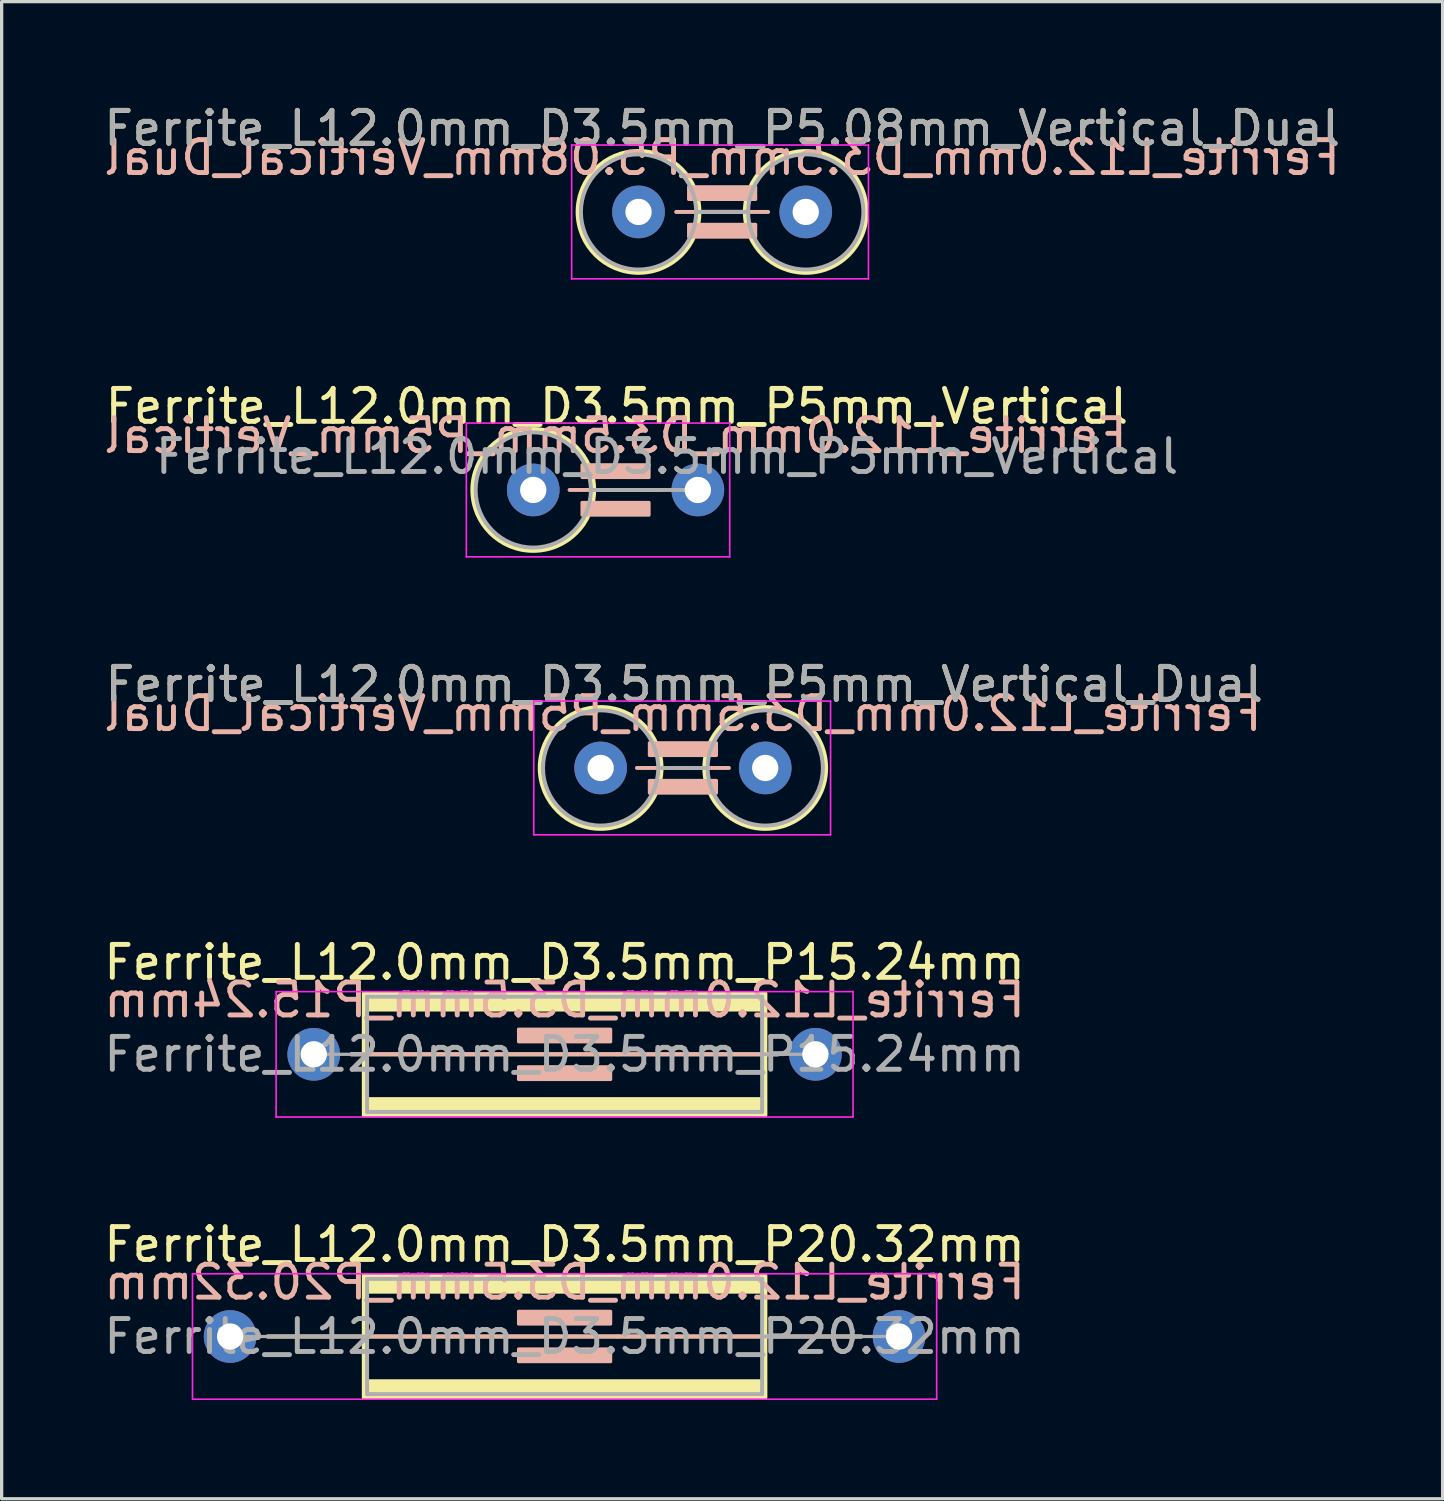
<source format=kicad_pcb>
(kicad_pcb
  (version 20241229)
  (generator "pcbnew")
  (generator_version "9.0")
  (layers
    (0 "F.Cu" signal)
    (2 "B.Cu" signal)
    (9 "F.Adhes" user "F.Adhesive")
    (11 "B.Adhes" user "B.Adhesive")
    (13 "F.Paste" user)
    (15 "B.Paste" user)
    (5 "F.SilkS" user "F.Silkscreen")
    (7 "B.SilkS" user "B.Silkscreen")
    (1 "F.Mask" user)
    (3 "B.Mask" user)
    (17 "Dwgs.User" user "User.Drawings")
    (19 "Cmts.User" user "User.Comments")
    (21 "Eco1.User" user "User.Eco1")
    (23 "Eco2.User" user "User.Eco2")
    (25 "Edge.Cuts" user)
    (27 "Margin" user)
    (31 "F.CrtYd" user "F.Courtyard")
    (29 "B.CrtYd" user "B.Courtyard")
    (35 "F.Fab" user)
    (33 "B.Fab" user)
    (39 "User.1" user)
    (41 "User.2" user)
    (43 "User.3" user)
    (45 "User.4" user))
  (footprint "Ferrite_L12.0mm_D3.5mm_P15.24mm"
    (layer "F.Cu")
    (at 6.481 28.978)
    (property "Reference" "Ferrite_L12.0mm_D3.5mm_P15.24mm" (at 7.62 -2.794 0) (layer "F.SilkS") (effects (font (size 1 1) (thickness 0.15))))
    (fp_line (start 9.234 0.000002) (end 1.143 0) (stroke (width 0.12) (type solid)) (layer "F.SilkS"))
    (fp_line (start 9.234 0.000002) (end 14.097 0) (stroke (width 0.12) (type solid)) (layer "F.SilkS"))
    (fp_rect (start 1.52 -1.85) (end 13.72 1.85) (stroke (width 0.12) (type solid)) (fill no) (layer "F.SilkS"))
    (fp_poly (pts (xy 1.52 1.35) (xy 13.72 1.35) (xy 13.72 1.85) (xy 1.52 1.85)) (stroke (width 0.1) (type solid)) (fill yes) (layer "F.SilkS"))
    (fp_poly (pts (xy 13.72 -1.35) (xy 1.52 -1.35) (xy 1.52 -1.85) (xy 13.72 -1.85)) (stroke (width 0.1) (type solid)) (fill yes) (layer "F.SilkS"))
    (fp_line (start 1.143 0) (end 14.097 0) (stroke (width 0.12) (type solid)) (layer "B.SilkS"))
    (fp_rect (start 6.223 -0.762) (end 9.017 -0.381) (stroke (width 0.1) (type solid)) (fill yes) (layer "B.SilkS"))
    (fp_rect (start 6.223 0.381) (end 9.017 0.762) (stroke (width 0.1) (type solid)) (fill yes) (layer "B.SilkS"))
    (fp_line (start -1.143 -1.905) (end 16.383 -1.905) (stroke (width 0.05) (type solid)) (layer "F.CrtYd"))
    (fp_line (start -1.143 1.905) (end -1.143 -1.905) (stroke (width 0.05) (type solid)) (layer "F.CrtYd"))
    (fp_line (start 16.383 -1.905) (end 16.383 1.905) (stroke (width 0.05) (type solid)) (layer "F.CrtYd"))
    (fp_line (start 16.383 1.905) (end -1.143 1.905) (stroke (width 0.05) (type solid)) (layer "F.CrtYd"))
    (fp_line (start 0 0) (end 1.62 0) (stroke (width 0.1) (type solid)) (layer "F.Fab"))
    (fp_line (start 1.62 -1.75) (end 1.62 1.75) (stroke (width 0.12) (type solid)) (layer "F.Fab"))
    (fp_line (start 1.62 -1.75) (end 13.62 -1.75) (stroke (width 0.12) (type solid)) (layer "F.Fab"))
    (fp_line (start 13.62 -1.75) (end 13.62 1.75) (stroke (width 0.12) (type solid)) (layer "F.Fab"))
    (fp_line (start 13.62 1.75) (end 1.62 1.75) (stroke (width 0.12) (type solid)) (layer "F.Fab"))
    (fp_line (start 15.25 0) (end 13.62 0) (stroke (width 0.1) (type solid)) (layer "F.Fab"))
    (fp_text user "${REFERENCE}" (at 7.62 -1.651 0) (layer "B.SilkS") (effects (font (size 1 1) (thickness 0.15)) (justify mirror)))
    (fp_text user "${REFERENCE}" (at 7.62 0 0) (layer "F.Fab") (effects (font (size 1 1) (thickness 0.15))))
    (pad "1" thru_hole circle (at 0 0) (size 1.6 1.6) (drill 0.8) (layers "*.Cu" "*.Mask"))
    (pad "2" thru_hole circle (at 15.24 0) (size 1.6 1.6) (drill 0.8) (layers "*.Cu" "*.Mask")))
  (footprint "Ferrite_L12.0mm_D3.5mm_P20.32mm"
    (layer "F.Cu")
    (at 3.941 37.55)
    (property "Reference" "Ferrite_L12.0mm_D3.5mm_P20.32mm" (at 10.16 -2.794 0) (layer "F.SilkS") (effects (font (size 1 1) (thickness 0.15))))
    (fp_line (start 11.774 0.000002) (end 1.143 0) (stroke (width 0.12) (type solid)) (layer "F.SilkS"))
    (fp_line (start 11.774 0.000002) (end 19.177 0) (stroke (width 0.12) (type solid)) (layer "F.SilkS"))
    (fp_rect (start 4.06 -1.85) (end 16.26 1.85) (stroke (width 0.12) (type solid)) (fill no) (layer "F.SilkS"))
    (fp_poly (pts (xy 4.06 1.35) (xy 16.26 1.35) (xy 16.26 1.85) (xy 4.06 1.85)) (stroke (width 0.1) (type solid)) (fill yes) (layer "F.SilkS"))
    (fp_poly (pts (xy 16.26 -1.35) (xy 4.06 -1.35) (xy 4.06 -1.85) (xy 16.26 -1.85)) (stroke (width 0.1) (type solid)) (fill yes) (layer "F.SilkS"))
    (fp_line (start 1.143 0) (end 19.177 0) (stroke (width 0.12) (type solid)) (layer "B.SilkS"))
    (fp_rect (start 8.763 -0.762) (end 11.557 -0.381) (stroke (width 0.1) (type solid)) (fill yes) (layer "B.SilkS"))
    (fp_rect (start 8.763 0.381) (end 11.557 0.762) (stroke (width 0.1) (type solid)) (fill yes) (layer "B.SilkS"))
    (fp_line (start -1.143 -1.905) (end 21.463 -1.905) (stroke (width 0.05) (type solid)) (layer "F.CrtYd"))
    (fp_line (start -1.143 1.905) (end -1.143 -1.905) (stroke (width 0.05) (type solid)) (layer "F.CrtYd"))
    (fp_line (start 21.463 -1.905) (end 21.463 1.905) (stroke (width 0.05) (type solid)) (layer "F.CrtYd"))
    (fp_line (start 21.463 1.905) (end -1.143 1.905) (stroke (width 0.05) (type solid)) (layer "F.CrtYd"))
    (fp_line (start 0 0) (end 4.16 0) (stroke (width 0.1) (type solid)) (layer "F.Fab"))
    (fp_line (start 4.16 -1.75) (end 4.16 1.75) (stroke (width 0.12) (type solid)) (layer "F.Fab"))
    (fp_line (start 4.16 -1.75) (end 16.16 -1.75) (stroke (width 0.12) (type solid)) (layer "F.Fab"))
    (fp_line (start 16.16 -1.75) (end 16.16 1.75) (stroke (width 0.12) (type solid)) (layer "F.Fab"))
    (fp_line (start 16.16 1.75) (end 4.16 1.75) (stroke (width 0.12) (type solid)) (layer "F.Fab"))
    (fp_line (start 20.25 0) (end 16.16 0) (stroke (width 0.1) (type solid)) (layer "F.Fab"))
    (fp_text user "${REFERENCE}" (at 10.16 -1.651 0) (layer "B.SilkS") (effects (font (size 1 1) (thickness 0.15)) (justify mirror)))
    (fp_text user "${REFERENCE}" (at 10.16 0 0) (layer "F.Fab") (effects (font (size 1 1) (thickness 0.15))))
    (pad "1" thru_hole circle (at 0 0) (size 1.6 1.6) (drill 0.8) (layers "*.Cu" "*.Mask"))
    (pad "2" thru_hole circle (at 20.32 0) (size 1.6 1.6) (drill 0.8) (layers "*.Cu" "*.Mask")))
  (footprint "Ferrite_L12.0mm_D3.5mm_P5mm_Vertical_Dual"
    (layer "F.Cu")
    (at 15.196 20.279)
    (property "Reference" "Ferrite_L12.0mm_D3.5mm_P5mm_Vertical_Dual" (at 2.54 -2.54 0) (layer "F.SilkS") (effects (font (size 1 1) (thickness 0.15))))
    (fp_line (start 1.85 0) (end 3.15 0) (stroke (width 0.12) (type solid)) (layer "F.SilkS"))
    (fp_circle (center 0 0) (end 0 -1.85) (stroke (width 0.12) (type solid)) (fill no) (layer "F.SilkS"))
    (fp_circle (center 5 0) (end 5 -1.85) (stroke (width 0.12) (type solid)) (fill no) (layer "F.SilkS"))
    (fp_line (start 3.897 0) (end 1.103 0) (stroke (width 0.12) (type solid)) (layer "B.SilkS"))
    (fp_rect (start 1.484 -0.762) (end 3.516 -0.381) (stroke (width 0.1) (type solid)) (fill yes) (layer "B.SilkS"))
    (fp_rect (start 1.484 0.381) (end 3.516 0.762) (stroke (width 0.1) (type solid)) (fill yes) (layer "B.SilkS"))
    (fp_line (start -2.032 -2.032) (end 6.985 -2.032) (stroke (width 0.05) (type solid)) (layer "F.CrtYd"))
    (fp_line (start -2.032 2.032) (end -2.032 -2.032) (stroke (width 0.05) (type solid)) (layer "F.CrtYd"))
    (fp_line (start 6.985 -2.032) (end 6.985 2.032) (stroke (width 0.05) (type solid)) (layer "F.CrtYd"))
    (fp_line (start 6.985 2.032) (end -2.032 2.032) (stroke (width 0.05) (type solid)) (layer "F.CrtYd"))
    (fp_line (start 1.75 0) (end 3.25 0) (stroke (width 0.12) (type solid)) (layer "F.Fab"))
    (fp_circle (center 0 0) (end 0 -1.75) (stroke (width 0.12) (type solid)) (fill no) (layer "F.Fab"))
    (fp_circle (center 5 0) (end 5 -1.75) (stroke (width 0.12) (type solid)) (fill no) (layer "F.Fab"))
    (fp_text user "${REFERENCE}" (at 2.5 -1.651 0) (layer "B.SilkS") (effects (font (size 1 1) (thickness 0.15)) (justify mirror)))
    (fp_text user "${REFERENCE}" (at 2.54 -2.539 0) (layer "F.Fab") (effects (font (size 1 1) (thickness 0.15))))
    (pad "1" thru_hole circle (at 0 0) (size 1.6 1.6) (drill 0.8) (layers "*.Cu" "*.Mask"))
    (pad "2" thru_hole circle (at 5 0) (size 1.6 1.6) (drill 0.8) (layers "*.Cu" "*.Mask")))
  (footprint "Ferrite_L12.0mm_D3.5mm_P5mm_Vertical"
    (layer "F.Cu")
    (at 13.149 11.834)
    (property "Reference" "Ferrite_L12.0mm_D3.5mm_P5mm_Vertical" (at 2.54 -2.54 0) (layer "F.SilkS") (effects (font (size 1 1) (thickness 0.15))))
    (fp_line (start 1.85 0) (end 3.81 0) (stroke (width 0.12) (type solid)) (layer "F.SilkS"))
    (fp_circle (center 0 0) (end 0 -1.85) (stroke (width 0.12) (type solid)) (fill no) (layer "F.SilkS"))
    (fp_line (start 3.897 0) (end 1.103 0) (stroke (width 0.12) (type solid)) (layer "B.SilkS"))
    (fp_rect (start 1.484 -0.762) (end 3.516 -0.381) (stroke (width 0.1) (type solid)) (fill yes) (layer "B.SilkS"))
    (fp_rect (start 1.484 0.381) (end 3.516 0.762) (stroke (width 0.1) (type solid)) (fill yes) (layer "B.SilkS"))
    (fp_line (start -2.032 -2.032) (end 5.969 -2.032) (stroke (width 0.05) (type solid)) (layer "F.CrtYd"))
    (fp_line (start -2.032 2.032) (end -2.032 -2.032) (stroke (width 0.05) (type solid)) (layer "F.CrtYd"))
    (fp_line (start 5.969 -2.032) (end 5.969 2.032) (stroke (width 0.05) (type solid)) (layer "F.CrtYd"))
    (fp_line (start 5.969 2.032) (end -2.032 2.032) (stroke (width 0.05) (type solid)) (layer "F.CrtYd"))
    (fp_line (start 1.75 0) (end 5 0) (stroke (width 0.12) (type solid)) (layer "F.Fab"))
    (fp_circle (center 0 0) (end 0 -1.75) (stroke (width 0.12) (type solid)) (fill no) (layer "F.Fab"))
    (fp_text user "${REFERENCE}" (at 2.5 -1.651 0) (layer "B.SilkS") (effects (font (size 1 1) (thickness 0.15)) (justify mirror)))
    (fp_text user "${REFERENCE}" (at 4.064 -1.016 0) (layer "F.Fab") (effects (font (size 1 1) (thickness 0.15))))
    (pad "1" thru_hole circle (at 0 0) (size 1.6 1.6) (drill 0.8) (layers "*.Cu" "*.Mask"))
    (pad "2" thru_hole circle (at 5 0) (size 1.6 1.6) (drill 0.8) (layers "*.Cu" "*.Mask")))
  (footprint "Ferrite_L12.0mm_D3.5mm_P5.08mm_Vertical_Dual"
    (layer "F.Cu")
    (at 16.347 3.388)
    (property "Reference" "Ferrite_L12.0mm_D3.5mm_P5.08mm_Vertical_Dual" (at 2.54 -2.54 0) (layer "F.SilkS") (effects (font (size 1 1) (thickness 0.15))))
    (fp_line (start 1.85 0) (end 3.23 0) (stroke (width 0.12) (type solid)) (layer "F.SilkS"))
    (fp_circle (center 0 0) (end 0 -1.85) (stroke (width 0.12) (type solid)) (fill no) (layer "F.SilkS"))
    (fp_circle (center 5.08 0) (end 5.08 -1.85) (stroke (width 0.12) (type solid)) (fill no) (layer "F.SilkS"))
    (fp_line (start 3.937 0) (end 1.143 0) (stroke (width 0.12) (type solid)) (layer "B.SilkS"))
    (fp_rect (start 1.524 -0.762) (end 3.556 -0.381) (stroke (width 0.1) (type solid)) (fill yes) (layer "B.SilkS"))
    (fp_rect (start 1.524 0.381) (end 3.556 0.762) (stroke (width 0.1) (type solid)) (fill yes) (layer "B.SilkS"))
    (fp_line (start -2.032 -2.032) (end 6.985 -2.032) (stroke (width 0.05) (type solid)) (layer "F.CrtYd"))
    (fp_line (start -2.032 2.032) (end -2.032 -2.032) (stroke (width 0.05) (type solid)) (layer "F.CrtYd"))
    (fp_line (start 6.985 -2.032) (end 6.985 2.032) (stroke (width 0.05) (type solid)) (layer "F.CrtYd"))
    (fp_line (start 6.985 2.032) (end -2.032 2.032) (stroke (width 0.05) (type solid)) (layer "F.CrtYd"))
    (fp_line (start 1.75 0) (end 3.33 0) (stroke (width 0.12) (type solid)) (layer "F.Fab"))
    (fp_circle (center 0 0) (end 0 -1.75) (stroke (width 0.12) (type solid)) (fill no) (layer "F.Fab"))
    (fp_circle (center 5.08 0) (end 5.08 -1.75) (stroke (width 0.12) (type solid)) (fill no) (layer "F.Fab"))
    (fp_text user "${REFERENCE}" (at 2.54 -1.651 0) (layer "B.SilkS") (effects (font (size 1 1) (thickness 0.15)) (justify mirror)))
    (fp_text user "${REFERENCE}" (at 2.54 -2.539 0) (layer "F.Fab") (effects (font (size 1 1) (thickness 0.15))))
    (pad "1" thru_hole circle (at 0 0) (size 1.6 1.6) (drill 0.8) (layers "*.Cu" "*.Mask"))
    (pad "2" thru_hole circle (at 5.08 0) (size 1.6 1.6) (drill 0.8) (layers "*.Cu" "*.Mask")))
  (gr_rect
    (start -3 -3)
    (end 40.774 42.48)
    (stroke (width 0.1) (type default))
    (fill no)
    (layer "Edge.Cuts")))
</source>
